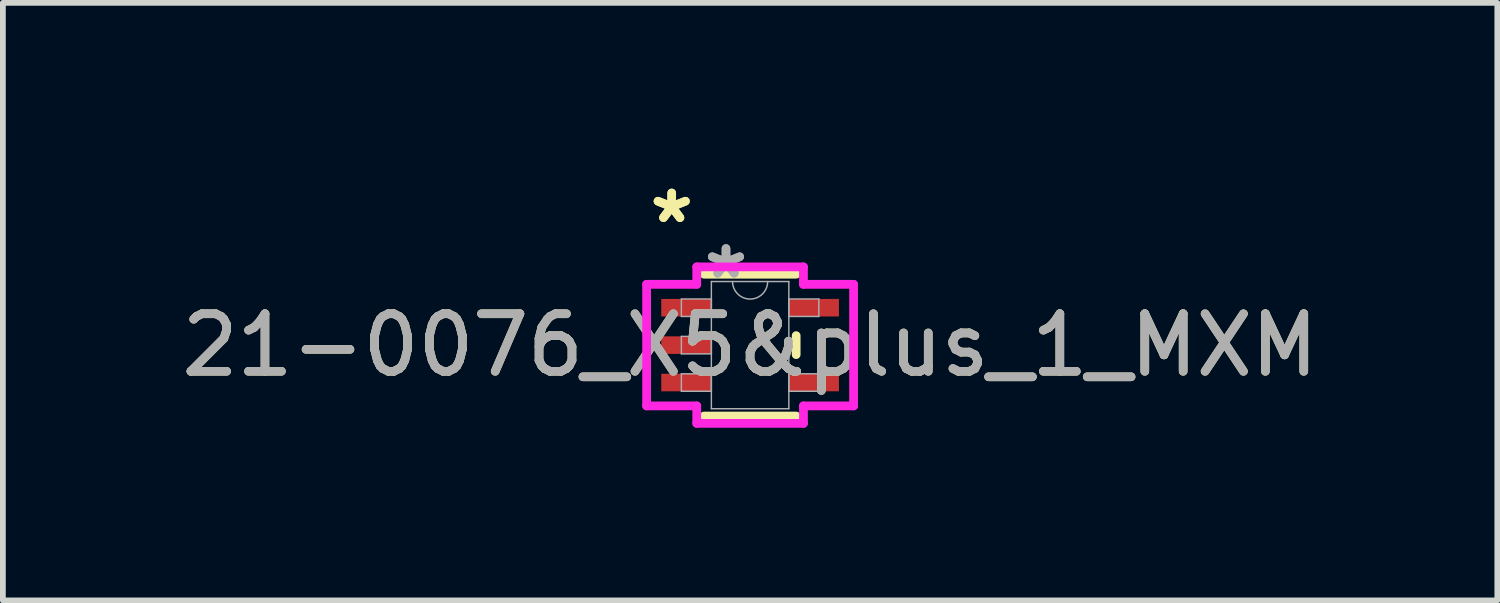
<source format=kicad_pcb>
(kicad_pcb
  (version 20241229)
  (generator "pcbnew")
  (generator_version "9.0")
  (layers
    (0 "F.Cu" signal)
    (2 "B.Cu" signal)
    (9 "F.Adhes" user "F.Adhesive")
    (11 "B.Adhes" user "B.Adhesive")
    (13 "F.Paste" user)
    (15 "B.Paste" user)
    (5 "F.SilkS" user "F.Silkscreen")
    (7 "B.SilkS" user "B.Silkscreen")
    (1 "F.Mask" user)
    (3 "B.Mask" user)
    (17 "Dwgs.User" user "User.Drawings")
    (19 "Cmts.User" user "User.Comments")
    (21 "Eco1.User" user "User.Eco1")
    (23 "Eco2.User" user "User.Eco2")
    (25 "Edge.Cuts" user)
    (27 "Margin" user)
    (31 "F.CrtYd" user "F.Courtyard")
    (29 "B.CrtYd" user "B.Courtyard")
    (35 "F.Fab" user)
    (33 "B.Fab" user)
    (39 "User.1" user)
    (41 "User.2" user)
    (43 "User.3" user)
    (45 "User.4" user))
  (footprint "21-0076_X5&plus_1_MXM"
    (layer "F.Cu")
    (at 9.982 2.946)
    (property "Reference" "21-0076_X5&plus_1_MXM" (at 0 0 0) (unlocked yes) (layer "F.SilkS") (effects (font (size 1 1) (thickness 0.15))))
    (attr smd)
    (fp_line (start -0.8 1.232) (end 0.8 1.232) (stroke (width 0.152) (type solid)) (layer "F.SilkS"))
    (fp_line (start 0.8 -1.232) (end -0.8 -1.232) (stroke (width 0.152) (type solid)) (layer "F.SilkS"))
    (fp_line (start 0.8 0.165) (end 0.8 -0.165) (stroke (width 0.152) (type solid)) (layer "F.SilkS"))
    (fp_line (start -1.798 -1.056) (end -0.927 -1.056) (stroke (width 0.152) (type solid)) (layer "F.CrtYd"))
    (fp_line (start -1.798 1.056) (end -1.798 -1.056) (stroke (width 0.152) (type solid)) (layer "F.CrtYd"))
    (fp_line (start -0.927 -1.359) (end 0.927 -1.359) (stroke (width 0.152) (type solid)) (layer "F.CrtYd"))
    (fp_line (start -0.927 -1.056) (end -0.927 -1.359) (stroke (width 0.152) (type solid)) (layer "F.CrtYd"))
    (fp_line (start -0.927 1.056) (end -1.798 1.056) (stroke (width 0.152) (type solid)) (layer "F.CrtYd"))
    (fp_line (start -0.927 1.359) (end -0.927 1.056) (stroke (width 0.152) (type solid)) (layer "F.CrtYd"))
    (fp_line (start 0.927 -1.359) (end 0.927 -1.056) (stroke (width 0.152) (type solid)) (layer "F.CrtYd"))
    (fp_line (start 0.927 -1.056) (end 1.798 -1.056) (stroke (width 0.152) (type solid)) (layer "F.CrtYd"))
    (fp_line (start 0.927 1.056) (end 0.927 1.359) (stroke (width 0.152) (type solid)) (layer "F.CrtYd"))
    (fp_line (start 0.927 1.359) (end -0.927 1.359) (stroke (width 0.152) (type solid)) (layer "F.CrtYd"))
    (fp_line (start 1.798 -1.056) (end 1.798 1.056) (stroke (width 0.152) (type solid)) (layer "F.CrtYd"))
    (fp_line (start 1.798 1.056) (end 0.927 1.056) (stroke (width 0.152) (type solid)) (layer "F.CrtYd"))
    (fp_line (start -1.194 -0.802) (end -1.194 -0.498) (stroke (width 0.025) (type solid)) (layer "F.Fab"))
    (fp_line (start -1.194 -0.498) (end -0.673 -0.498) (stroke (width 0.025) (type solid)) (layer "F.Fab"))
    (fp_line (start -1.194 -0.152) (end -1.194 0.152) (stroke (width 0.025) (type solid)) (layer "F.Fab"))
    (fp_line (start -1.194 0.152) (end -0.673 0.152) (stroke (width 0.025) (type solid)) (layer "F.Fab"))
    (fp_line (start -1.194 0.498) (end -1.194 0.802) (stroke (width 0.025) (type solid)) (layer "F.Fab"))
    (fp_line (start -1.194 0.802) (end -0.673 0.802) (stroke (width 0.025) (type solid)) (layer "F.Fab"))
    (fp_line (start -0.673 -1.105) (end -0.673 1.105) (stroke (width 0.025) (type solid)) (layer "F.Fab"))
    (fp_line (start -0.673 -0.802) (end -1.194 -0.802) (stroke (width 0.025) (type solid)) (layer "F.Fab"))
    (fp_line (start -0.673 -0.498) (end -0.673 -0.802) (stroke (width 0.025) (type solid)) (layer "F.Fab"))
    (fp_line (start -0.673 -0.152) (end -1.194 -0.152) (stroke (width 0.025) (type solid)) (layer "F.Fab"))
    (fp_line (start -0.673 0.152) (end -0.673 -0.152) (stroke (width 0.025) (type solid)) (layer "F.Fab"))
    (fp_line (start -0.673 0.498) (end -1.194 0.498) (stroke (width 0.025) (type solid)) (layer "F.Fab"))
    (fp_line (start -0.673 0.802) (end -0.673 0.498) (stroke (width 0.025) (type solid)) (layer "F.Fab"))
    (fp_line (start -0.673 1.105) (end 0.673 1.105) (stroke (width 0.025) (type solid)) (layer "F.Fab"))
    (fp_line (start 0.673 -1.105) (end -0.673 -1.105) (stroke (width 0.025) (type solid)) (layer "F.Fab"))
    (fp_line (start 0.673 -0.802) (end 0.673 -0.498) (stroke (width 0.025) (type solid)) (layer "F.Fab"))
    (fp_line (start 0.673 -0.498) (end 1.194 -0.498) (stroke (width 0.025) (type solid)) (layer "F.Fab"))
    (fp_line (start 0.673 0.498) (end 0.673 0.802) (stroke (width 0.025) (type solid)) (layer "F.Fab"))
    (fp_line (start 0.673 0.802) (end 1.194 0.802) (stroke (width 0.025) (type solid)) (layer "F.Fab"))
    (fp_line (start 0.673 1.105) (end 0.673 -1.105) (stroke (width 0.025) (type solid)) (layer "F.Fab"))
    (fp_line (start 1.194 -0.802) (end 0.673 -0.802) (stroke (width 0.025) (type solid)) (layer "F.Fab"))
    (fp_line (start 1.194 -0.498) (end 1.194 -0.802) (stroke (width 0.025) (type solid)) (layer "F.Fab"))
    (fp_line (start 1.194 0.498) (end 0.673 0.498) (stroke (width 0.025) (type solid)) (layer "F.Fab"))
    (fp_line (start 1.194 0.802) (end 1.194 0.498) (stroke (width 0.025) (type solid)) (layer "F.Fab"))
    (fp_arc (start 0.3048 -1.1049) (mid 0 -0.8001) (end -0.3048 -1.1049) (stroke (width 0.0254) (type solid)) (layer "F.Fab"))
    (fp_text user "*" (at -1.362 -2.098 0) (layer "F.SilkS") (effects (font (size 1 1) (thickness 0.15))))
    (fp_text user "*" (at -1.362 -2.098 0) (unlocked yes) (layer "F.SilkS") (effects (font (size 1 1) (thickness 0.15))))
    (fp_text user "${REFERENCE}" (at 0 0 0) (unlocked yes) (layer "F.Fab") (effects (font (size 1 1) (thickness 0.15))))
    (fp_text user "*" (at -0.419 -1.133 0) (unlocked yes) (layer "F.Fab") (effects (font (size 1 1) (thickness 0.15))))
    (fp_text user "*" (at -0.419 -1.133 0) (layer "F.Fab") (effects (font (size 1 1) (thickness 0.15))))
    (pad "1" smd rect (at -1.108 -0.65) (size 0.871 0.305) (layers "F.Cu" "F.Mask" "F.Paste"))
    (pad "2" smd rect (at -1.108 0) (size 0.871 0.305) (layers "F.Cu" "F.Mask" "F.Paste"))
    (pad "3" smd rect (at -1.108 0.65) (size 0.871 0.305) (layers "F.Cu" "F.Mask" "F.Paste"))
    (pad "4" smd rect (at 1.108 0.65) (size 0.871 0.305) (layers "F.Cu" "F.Mask" "F.Paste"))
    (pad "5" smd rect (at 1.108 -0.65) (size 0.871 0.305) (layers "F.Cu" "F.Mask" "F.Paste")))
  (gr_rect
    (start -3 -3)
    (end 22.964 7.381)
    (stroke (width 0.1) (type default))
    (fill no)
    (layer "Edge.Cuts")))
</source>
